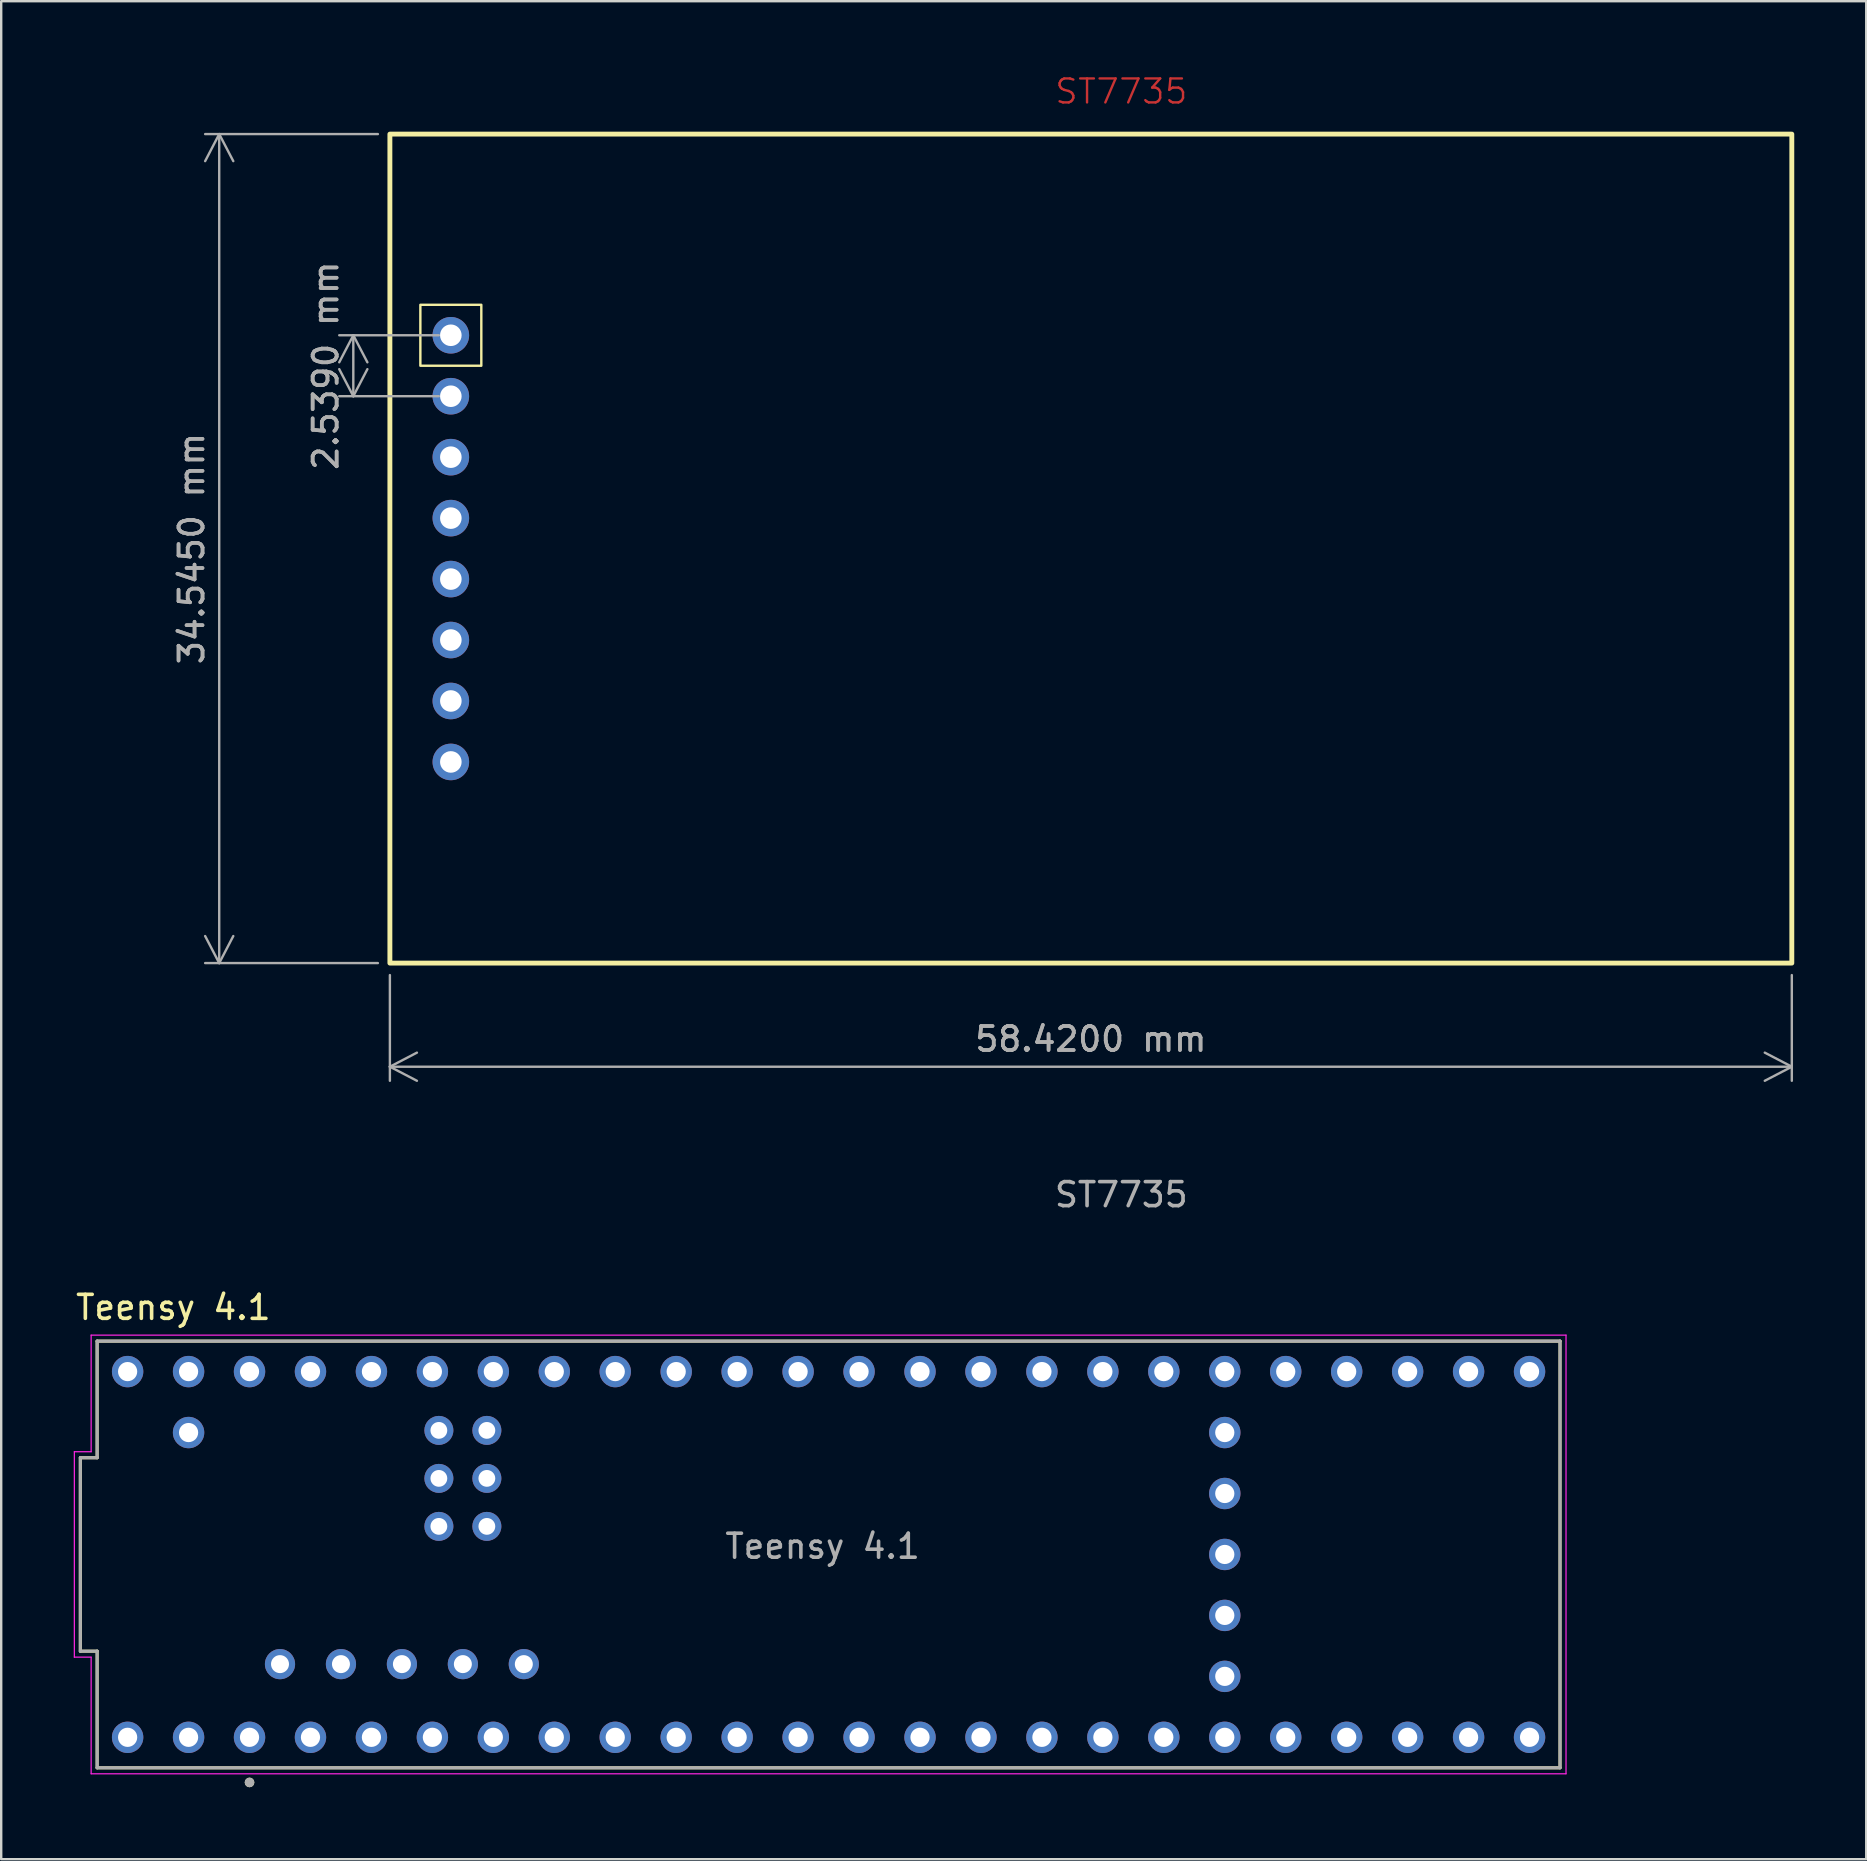
<source format=kicad_pcb>
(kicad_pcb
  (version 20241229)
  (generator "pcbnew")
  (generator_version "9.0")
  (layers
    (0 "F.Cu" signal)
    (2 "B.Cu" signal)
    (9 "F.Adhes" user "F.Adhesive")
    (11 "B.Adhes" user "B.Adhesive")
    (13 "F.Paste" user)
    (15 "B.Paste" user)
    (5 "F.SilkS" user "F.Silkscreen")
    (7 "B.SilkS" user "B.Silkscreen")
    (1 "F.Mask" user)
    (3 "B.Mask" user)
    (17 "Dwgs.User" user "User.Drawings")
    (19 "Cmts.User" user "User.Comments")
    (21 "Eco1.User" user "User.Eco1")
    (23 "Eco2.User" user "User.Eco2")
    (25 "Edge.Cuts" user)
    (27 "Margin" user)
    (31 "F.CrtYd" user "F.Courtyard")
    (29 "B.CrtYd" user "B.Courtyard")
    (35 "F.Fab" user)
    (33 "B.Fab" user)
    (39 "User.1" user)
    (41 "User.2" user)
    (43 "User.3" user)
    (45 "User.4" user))
  (footprint "Teensy 4.1"
    (layer "F.Cu")
    (at 31.478 61.726)
    (property "Reference" "Teensy 4.1" (at -27.305 -10.295 0) (layer "F.SilkS") (effects (font (size 1 1) (thickness 0.15))))
    (attr through_hole)
    (fp_line (start -31.18 4.03) (end -31.18 -4.03) (stroke (width 0.127) (type solid)) (layer "F.SilkS"))
    (fp_line (start -30.48 -8.89) (end -30.48 -4.03) (stroke (width 0.127) (type solid)) (layer "F.SilkS"))
    (fp_line (start -30.48 -8.89) (end 30.48 -8.89) (stroke (width 0.127) (type solid)) (layer "F.SilkS"))
    (fp_line (start -30.48 -4.03) (end -31.18 -4.03) (stroke (width 0.127) (type solid)) (layer "F.SilkS"))
    (fp_line (start -30.48 4.03) (end -31.18 4.03) (stroke (width 0.127) (type solid)) (layer "F.SilkS"))
    (fp_line (start -30.48 8.89) (end -30.48 4.03) (stroke (width 0.127) (type solid)) (layer "F.SilkS"))
    (fp_line (start 30.48 -8.89) (end 30.48 8.89) (stroke (width 0.127) (type solid)) (layer "F.SilkS"))
    (fp_line (start 30.48 8.89) (end -30.48 8.89) (stroke (width 0.127) (type solid)) (layer "F.SilkS"))
    (fp_circle (center -24.13 9.5) (end -24.03 9.5) (stroke (width 0.2) (type solid)) (fill no) (layer "F.SilkS"))
    (fp_line (start -31.43 4.28) (end -31.43 -4.28) (stroke (width 0.05) (type solid)) (layer "F.CrtYd"))
    (fp_line (start -30.73 -9.14) (end -30.73 -4.28) (stroke (width 0.05) (type solid)) (layer "F.CrtYd"))
    (fp_line (start -30.73 -9.14) (end 30.73 -9.14) (stroke (width 0.05) (type solid)) (layer "F.CrtYd"))
    (fp_line (start -30.73 -4.28) (end -31.43 -4.28) (stroke (width 0.05) (type solid)) (layer "F.CrtYd"))
    (fp_line (start -30.73 4.28) (end -31.43 4.28) (stroke (width 0.05) (type solid)) (layer "F.CrtYd"))
    (fp_line (start -30.73 9.14) (end -30.73 4.28) (stroke (width 0.05) (type solid)) (layer "F.CrtYd"))
    (fp_line (start 30.73 -9.14) (end 30.73 9.14) (stroke (width 0.05) (type solid)) (layer "F.CrtYd"))
    (fp_line (start 30.73 9.14) (end -30.73 9.14) (stroke (width 0.05) (type solid)) (layer "F.CrtYd"))
    (fp_line (start -31.18 4.03) (end -31.18 -4.03) (stroke (width 0.127) (type solid)) (layer "F.Fab"))
    (fp_line (start -30.48 -8.89) (end -30.48 -4.03) (stroke (width 0.127) (type solid)) (layer "F.Fab"))
    (fp_line (start -30.48 -8.89) (end 30.48 -8.89) (stroke (width 0.127) (type solid)) (layer "F.Fab"))
    (fp_line (start -30.48 -4.03) (end -31.18 -4.03) (stroke (width 0.127) (type solid)) (layer "F.Fab"))
    (fp_line (start -30.48 4.03) (end -31.18 4.03) (stroke (width 0.127) (type solid)) (layer "F.Fab"))
    (fp_line (start -30.48 8.89) (end -30.48 4.03) (stroke (width 0.127) (type solid)) (layer "F.Fab"))
    (fp_line (start 30.48 -8.89) (end 30.48 8.89) (stroke (width 0.127) (type solid)) (layer "F.Fab"))
    (fp_line (start 30.48 8.89) (end -30.48 8.89) (stroke (width 0.127) (type solid)) (layer "F.Fab"))
    (fp_circle (center -24.13 9.5) (end -24.03 9.5) (stroke (width 0.2) (type solid)) (fill no) (layer "F.Fab"))
    (fp_text user "Teensy 4.1" (at -0.25 -0.34 0) (layer "F.Fab") (effects (font (size 1 1) (thickness 0.15))))
    (pad "0" thru_hole circle (at -26.67 7.62) (size 1.308 1.308) (drill 0.8) (layers "*.Cu" "*.Mask"))
    (pad "1" thru_hole circle (at -24.13 7.62) (size 1.308 1.308) (drill 0.8) (layers "*.Cu" "*.Mask"))
    (pad "2" thru_hole circle (at -21.59 7.62) (size 1.308 1.308) (drill 0.8) (layers "*.Cu" "*.Mask"))
    (pad "3" thru_hole circle (at -19.05 7.62) (size 1.308 1.308) (drill 0.8) (layers "*.Cu" "*.Mask"))
    (pad "3.3V_1" thru_hole circle (at 6.35 7.62) (size 1.308 1.308) (drill 0.8) (layers "*.Cu" "*.Mask"))
    (pad "3.3V_2" thru_hole circle (at -24.13 -7.62) (size 1.308 1.308) (drill 0.8) (layers "*.Cu" "*.Mask"))
    (pad "3.3V_3" thru_hole circle (at 16.51 2.54) (size 1.308 1.308) (drill 0.8) (layers "*.Cu" "*.Mask"))
    (pad "4" thru_hole circle (at -16.51 7.62) (size 1.308 1.308) (drill 0.8) (layers "*.Cu" "*.Mask"))
    (pad "5" thru_hole circle (at -13.97 7.62) (size 1.308 1.308) (drill 0.8) (layers "*.Cu" "*.Mask"))
    (pad "5V" thru_hole circle (at -22.86 4.57) (size 1.258 1.258) (drill 0.75) (layers "*.Cu" "*.Mask"))
    (pad "6" thru_hole circle (at -11.43 7.62) (size 1.308 1.308) (drill 0.8) (layers "*.Cu" "*.Mask"))
    (pad "7" thru_hole circle (at -8.89 7.62) (size 1.308 1.308) (drill 0.8) (layers "*.Cu" "*.Mask"))
    (pad "8" thru_hole circle (at -6.35 7.62) (size 1.308 1.308) (drill 0.8) (layers "*.Cu" "*.Mask"))
    (pad "9" thru_hole circle (at -3.81 7.62) (size 1.308 1.308) (drill 0.8) (layers "*.Cu" "*.Mask"))
    (pad "10" thru_hole circle (at -1.27 7.62) (size 1.308 1.308) (drill 0.8) (layers "*.Cu" "*.Mask"))
    (pad "11" thru_hole circle (at 1.27 7.62) (size 1.308 1.308) (drill 0.8) (layers "*.Cu" "*.Mask"))
    (pad "12" thru_hole circle (at 3.81 7.62) (size 1.308 1.308) (drill 0.8) (layers "*.Cu" "*.Mask"))
    (pad "13" thru_hole circle (at 3.81 -7.62) (size 1.308 1.308) (drill 0.8) (layers "*.Cu" "*.Mask"))
    (pad "14" thru_hole circle (at 1.27 -7.62) (size 1.308 1.308) (drill 0.8) (layers "*.Cu" "*.Mask"))
    (pad "15" thru_hole circle (at -1.27 -7.62) (size 1.308 1.308) (drill 0.8) (layers "*.Cu" "*.Mask"))
    (pad "16" thru_hole circle (at -3.81 -7.62) (size 1.308 1.308) (drill 0.8) (layers "*.Cu" "*.Mask"))
    (pad "17" thru_hole circle (at -6.35 -7.62) (size 1.308 1.308) (drill 0.8) (layers "*.Cu" "*.Mask"))
    (pad "18" thru_hole circle (at -8.89 -7.62) (size 1.308 1.308) (drill 0.8) (layers "*.Cu" "*.Mask"))
    (pad "19" thru_hole circle (at -11.43 -7.62) (size 1.308 1.308) (drill 0.8) (layers "*.Cu" "*.Mask"))
    (pad "20" thru_hole circle (at -13.97 -7.62) (size 1.308 1.308) (drill 0.8) (layers "*.Cu" "*.Mask"))
    (pad "21" thru_hole circle (at -16.51 -7.62) (size 1.308 1.308) (drill 0.8) (layers "*.Cu" "*.Mask"))
    (pad "22" thru_hole circle (at -19.05 -7.62) (size 1.308 1.308) (drill 0.8) (layers "*.Cu" "*.Mask"))
    (pad "23" thru_hole circle (at -21.59 -7.62) (size 1.308 1.308) (drill 0.8) (layers "*.Cu" "*.Mask"))
    (pad "24" thru_hole circle (at 8.89 7.62) (size 1.308 1.308) (drill 0.8) (layers "*.Cu" "*.Mask"))
    (pad "25" thru_hole circle (at 11.43 7.62) (size 1.308 1.308) (drill 0.8) (layers "*.Cu" "*.Mask"))
    (pad "26" thru_hole circle (at 13.97 7.62) (size 1.308 1.308) (drill 0.8) (layers "*.Cu" "*.Mask"))
    (pad "27" thru_hole circle (at 16.51 7.62) (size 1.308 1.308) (drill 0.8) (layers "*.Cu" "*.Mask"))
    (pad "28" thru_hole circle (at 19.05 7.62) (size 1.308 1.308) (drill 0.8) (layers "*.Cu" "*.Mask"))
    (pad "29" thru_hole circle (at 21.59 7.62) (size 1.308 1.308) (drill 0.8) (layers "*.Cu" "*.Mask"))
    (pad "30" thru_hole circle (at 24.13 7.62) (size 1.308 1.308) (drill 0.8) (layers "*.Cu" "*.Mask"))
    (pad "31" thru_hole circle (at 26.67 7.62) (size 1.308 1.308) (drill 0.8) (layers "*.Cu" "*.Mask"))
    (pad "32" thru_hole circle (at 29.21 7.62) (size 1.308 1.308) (drill 0.8) (layers "*.Cu" "*.Mask"))
    (pad "33" thru_hole circle (at 29.21 -7.62) (size 1.308 1.308) (drill 0.8) (layers "*.Cu" "*.Mask"))
    (pad "34" thru_hole circle (at 26.67 -7.62) (size 1.308 1.308) (drill 0.8) (layers "*.Cu" "*.Mask"))
    (pad "35" thru_hole circle (at 24.13 -7.62) (size 1.308 1.308) (drill 0.8) (layers "*.Cu" "*.Mask"))
    (pad "36" thru_hole circle (at 21.59 -7.62) (size 1.308 1.308) (drill 0.8) (layers "*.Cu" "*.Mask"))
    (pad "37" thru_hole circle (at 19.05 -7.62) (size 1.308 1.308) (drill 0.8) (layers "*.Cu" "*.Mask"))
    (pad "38" thru_hole circle (at 16.51 -7.62) (size 1.308 1.308) (drill 0.8) (layers "*.Cu" "*.Mask"))
    (pad "39" thru_hole circle (at 13.97 -7.62) (size 1.308 1.308) (drill 0.8) (layers "*.Cu" "*.Mask"))
    (pad "40" thru_hole circle (at 11.43 -7.62) (size 1.308 1.308) (drill 0.8) (layers "*.Cu" "*.Mask"))
    (pad "41" thru_hole circle (at 8.89 -7.62) (size 1.308 1.308) (drill 0.8) (layers "*.Cu" "*.Mask"))
    (pad "D+" thru_hole circle (at -17.78 4.57) (size 1.258 1.258) (drill 0.75) (layers "*.Cu" "*.Mask"))
    (pad "D-" thru_hole circle (at -20.32 4.57) (size 1.258 1.258) (drill 0.75) (layers "*.Cu" "*.Mask"))
    (pad "GND1" thru_hole circle (at -29.21 7.62) (size 1.308 1.308) (drill 0.8) (layers "*.Cu" "*.Mask"))
    (pad "GND2" thru_hole circle (at 6.35 -7.62) (size 1.308 1.308) (drill 0.8) (layers "*.Cu" "*.Mask"))
    (pad "GND3" thru_hole circle (at -26.67 -7.62) (size 1.308 1.308) (drill 0.8) (layers "*.Cu" "*.Mask"))
    (pad "GND4" thru_hole circle (at 16.51 0) (size 1.308 1.308) (drill 0.8) (layers "*.Cu" "*.Mask"))
    (pad "GND5" thru_hole circle (at -14.24 -3.17) (size 1.208 1.208) (drill 0.7) (layers "*.Cu" "*.Mask"))
    (pad "LED" thru_hole circle (at -16.24 -3.17) (size 1.208 1.208) (drill 0.7) (layers "*.Cu" "*.Mask"))
    (pad "ON/OFF" thru_hole circle (at 16.51 -5.08) (size 1.308 1.308) (drill 0.8) (layers "*.Cu" "*.Mask"))
    (pad "PROGRAM" thru_hole circle (at 16.51 -2.54) (size 1.308 1.308) (drill 0.8) (layers "*.Cu" "*.Mask"))
    (pad "R+" thru_hole circle (at -16.24 -5.17) (size 1.208 1.208) (drill 0.7) (layers "*.Cu" "*.Mask"))
    (pad "R-" thru_hole circle (at -14.24 -5.17) (size 1.208 1.208) (drill 0.7) (layers "*.Cu" "*.Mask"))
    (pad "T+" thru_hole circle (at -14.24 -1.17) (size 1.208 1.208) (drill 0.7) (layers "*.Cu" "*.Mask"))
    (pad "T-" thru_hole circle (at -16.24 -1.17) (size 1.208 1.208) (drill 0.7) (layers "*.Cu" "*.Mask"))
    (pad "USB_GND1" thru_hole circle (at -15.24 4.57) (size 1.258 1.258) (drill 0.75) (layers "*.Cu" "*.Mask"))
    (pad "USB_GND2" thru_hole circle (at -12.7 4.57) (size 1.258 1.258) (drill 0.75) (layers "*.Cu" "*.Mask"))
    (pad "VBAT" thru_hole circle (at 16.51 5.08) (size 1.308 1.308) (drill 0.8) (layers "*.Cu" "*.Mask"))
    (pad "VIN" thru_hole circle (at -29.21 -7.62) (size 1.308 1.308) (drill 0.8) (layers "*.Cu" "*.Mask"))
    (pad "VUSB" thru_hole circle (at -26.67 -5.08) (size 1.308 1.308) (drill 0.8) (layers "*.Cu" "*.Mask")))
  (footprint "ST7735"
    (layer "F.Cu")
    (at 43.677 19.811)
    (property "Reference" "ST7735" (at 0 -19.05 0) (unlocked yes) (layer "F.Cu") (effects (font (size 1 1) (thickness 0.1))))
    (attr smd)
    (fp_rect (start -30.48 17.272) (end 27.94 -17.272) (stroke (width 0.203) (type default)) (fill no) (layer "F.SilkS"))
    (fp_rect (start -29.21 -10.16) (end -26.67 -7.62) (stroke (width 0.1) (type default)) (fill no) (layer "F.SilkS"))
    (fp_text user "${REFERENCE}" (at 0 26.924 0) (unlocked yes) (layer "F.Fab") (effects (font (size 1 1) (thickness 0.15))))
    (dimension (type aligned) (layer "F.Fab") (pts (xy 13.197 2.538) (xy 13.197 37.083)) (height 7.112) (format (prefix "") (suffix "") (units 3) (units_format 1) (precision 4)) (style (thickness 0.1) (arrow_length 1.27) (text_position_mode 0) (arrow_direction outward) (extension_height 0.586) (extension_offset 0.5) (keep_text_aligned yes)) (gr_text "34.5440 mm" (at 4.935 19.811 90) (layer "F.Fab") (effects (font (size 1 1) (thickness 0.15)))))
    (dimension (type aligned) (layer "F.Fab") (pts (xy 13.197 37.083) (xy 71.617 37.083)) (height 4.318) (format (prefix "") (suffix "") (units 3) (units_format 1) (precision 4)) (style (thickness 0.1) (arrow_length 1.27) (text_position_mode 0) (arrow_direction outward) (extension_height 0.586) (extension_offset 0.5) (keep_text_aligned yes)) (gr_text "58.4200 mm" (at 42.407 40.25 0) (layer "F.Fab") (effects (font (size 1 1) (thickness 0.15)))))
    (dimension (type aligned) (layer "F.Fab") (pts (xy 15.737 10.921) (xy 15.737 13.46)) (height 4.064) (format (prefix "") (suffix "") (units 3) (units_format 1) (precision 4)) (style (thickness 0.1) (arrow_length 1.27) (text_position_mode 0) (arrow_direction outward) (extension_height 0.586) (extension_offset 0.5) (keep_text_aligned yes)) (gr_text "2.5400 mm" (at 10.523 12.191 90) (layer "F.Fab") (effects (font (size 1 1) (thickness 0.15)))))
    (pad "1" thru_hole circle (at -27.94 -8.89) (size 1.524 1.524) (drill 0.899) (layers "*.Cu" "*.Mask"))
    (pad "2" thru_hole circle (at -27.94 -6.35) (size 1.524 1.524) (drill 0.899) (layers "*.Cu" "*.Mask"))
    (pad "3" thru_hole circle (at -27.94 -3.81) (size 1.524 1.524) (drill 0.899) (layers "*.Cu" "*.Mask"))
    (pad "4" thru_hole circle (at -27.94 -1.27) (size 1.524 1.524) (drill 0.899) (layers "*.Cu" "*.Mask"))
    (pad "5" thru_hole circle (at -27.94 1.27) (size 1.524 1.524) (drill 0.899) (layers "*.Cu" "*.Mask"))
    (pad "6" thru_hole circle (at -27.94 3.81) (size 1.524 1.524) (drill 0.899) (layers "*.Cu" "*.Mask"))
    (pad "7" thru_hole circle (at -27.94 6.35) (size 1.524 1.524) (drill 0.899) (layers "*.Cu" "*.Mask"))
    (pad "8" thru_hole circle (at -27.94 8.89) (size 1.524 1.524) (drill 0.899) (layers "*.Cu" "*.Mask")))
  (gr_rect
    (start -3 -3)
    (end 74.718 74.426)
    (stroke (width 0.1) (type default))
    (fill no)
    (layer "Edge.Cuts")))
</source>
